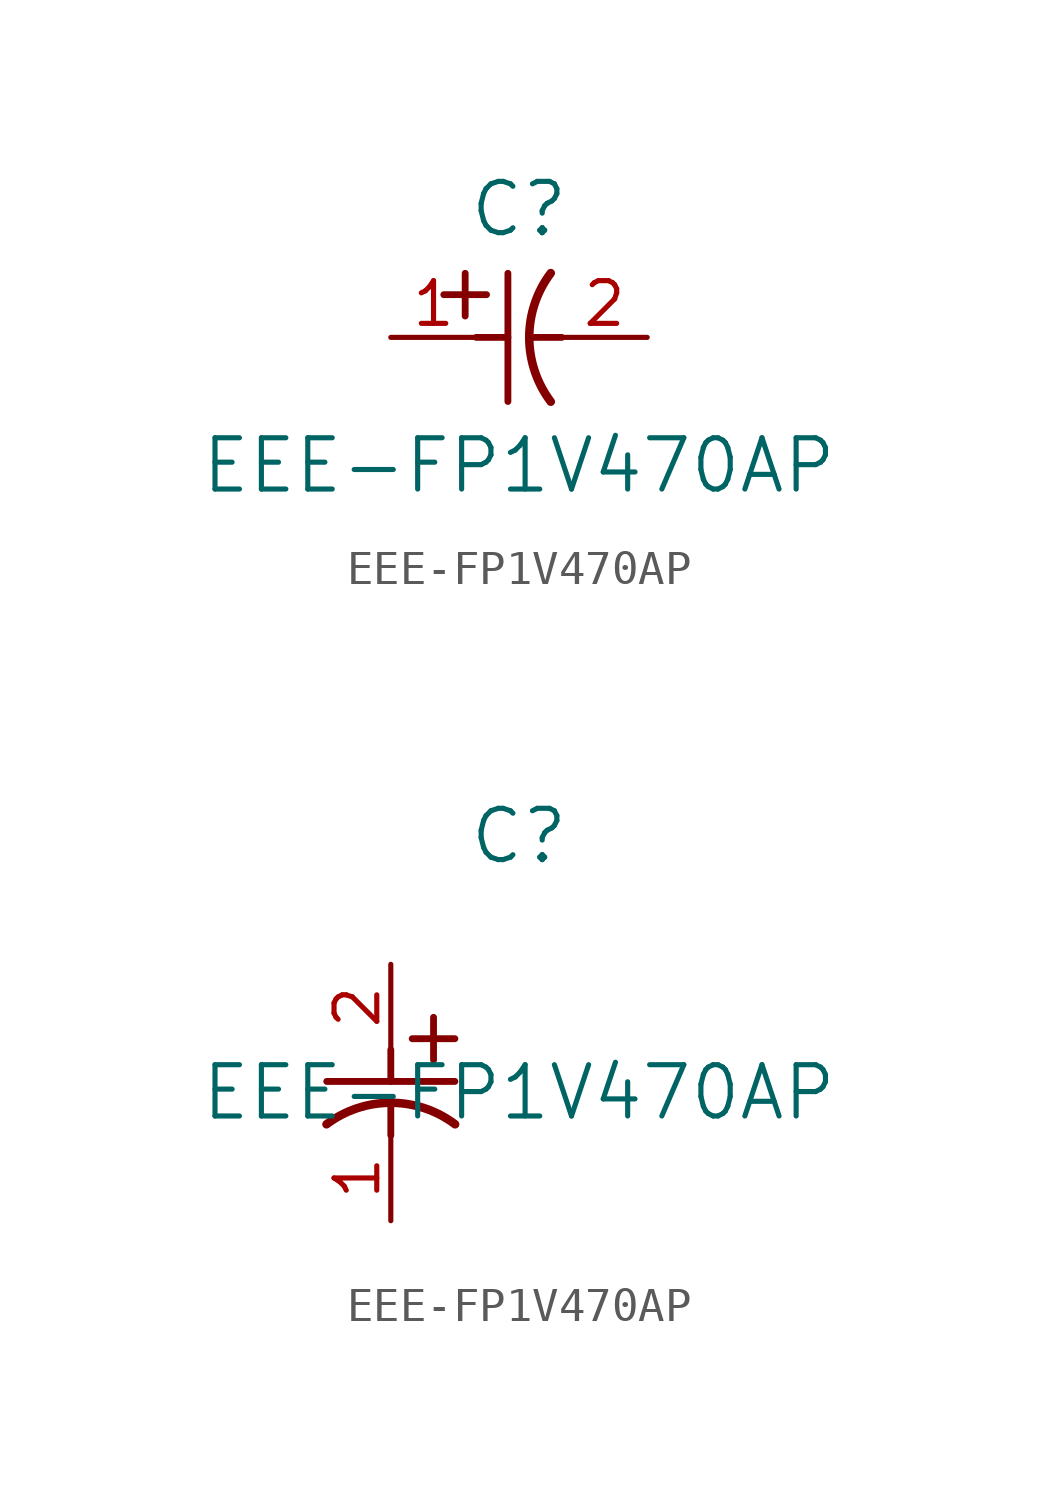
<source format=kicad_sym>
(kicad_symbol_lib
  (version 20211014)
  (generator kicad_symbol_editor)
  (symbol "EEE-FP1V470AP"
    (pin_names
      (offset 0.254))
    (property "Reference" "C"
      (at 3.81 3.81 0)
      (effects (font (size 1.524 1.524))))
    (property "Value" "EEE-FP1V470AP"
      (at 3.81 -3.81 0)
      (effects (font (size 1.524 1.524))))
    (symbol "EEE-FP1V470AP_1_1"
      (polyline (pts (xy 2.21 0.635) (xy 2.21 1.905)) (stroke (width 0.203) (type default) (color 0 0 0 0)) (fill (type none)))
      (arc (start 4.754132 1.910763) (mid 4.1148 0) (end 4.754132 -1.910763) (stroke (width 0.254) (type default) (color 0 0 0 0)) (fill (type none)))
      (polyline (pts (xy 4.115 0) (xy 5.08 0)) (stroke (width 0.203) (type default) (color 0 0 0 0)) (fill (type none)))
      (polyline (pts (xy 3.48 -1.905) (xy 3.48 1.905)) (stroke (width 0.203) (type default) (color 0 0 0 0)) (fill (type none)))
      (polyline (pts (xy 1.575 1.27) (xy 2.845 1.27)) (stroke (width 0.203) (type default) (color 0 0 0 0)) (fill (type none)))
      (polyline (pts (xy 2.54 0) (xy 3.48 0)) (stroke (width 0.203) (type default) (color 0 0 0 0)) (fill (type none)))
      (pin unspecified line (at 0 0 0) (length 2.54) (name "" (effects (font (size 1.27 1.27)))) (number "1" (effects (font (size 1.27 1.27)))))
      (pin unspecified line (at 7.62 0 180) (length 2.54) (name "" (effects (font (size 1.27 1.27)))) (number "2" (effects (font (size 1.27 1.27))))))
    (symbol "EEE-FP1V470AP_1_2"
      (polyline (pts (xy 0 -2.54) (xy 0 -3.48)) (stroke (width 0.203) (type default) (color 0 0 0 0)) (fill (type none)))
      (arc (start 1.910763 -4.754132) (mid 0 -4.1148) (end -1.910763 -4.754132) (stroke (width 0.254) (type default) (color 0 0 0 0)) (fill (type none)))
      (polyline (pts (xy -1.905 -3.48) (xy 1.905 -3.48)) (stroke (width 0.203) (type default) (color 0 0 0 0)) (fill (type none)))
      (polyline (pts (xy 0.635 -2.21) (xy 1.905 -2.21)) (stroke (width 0.203) (type default) (color 0 0 0 0)) (fill (type none)))
      (polyline (pts (xy 1.27 -1.575) (xy 1.27 -2.845)) (stroke (width 0.203) (type default) (color 0 0 0 0)) (fill (type none)))
      (polyline (pts (xy 0 -4.115) (xy 0 -5.08)) (stroke (width 0.203) (type default) (color 0 0 0 0)) (fill (type none)))
      (pin unspecified line (at 0 -7.62 90) (length 2.54) (name "" (effects (font (size 1.27 1.27)))) (number "1" (effects (font (size 1.27 1.27)))))
      (pin unspecified line (at 0 0 270) (length 2.54) (name "" (effects (font (size 1.27 1.27)))) (number "2" (effects (font (size 1.27 1.27))))))))
</source>
